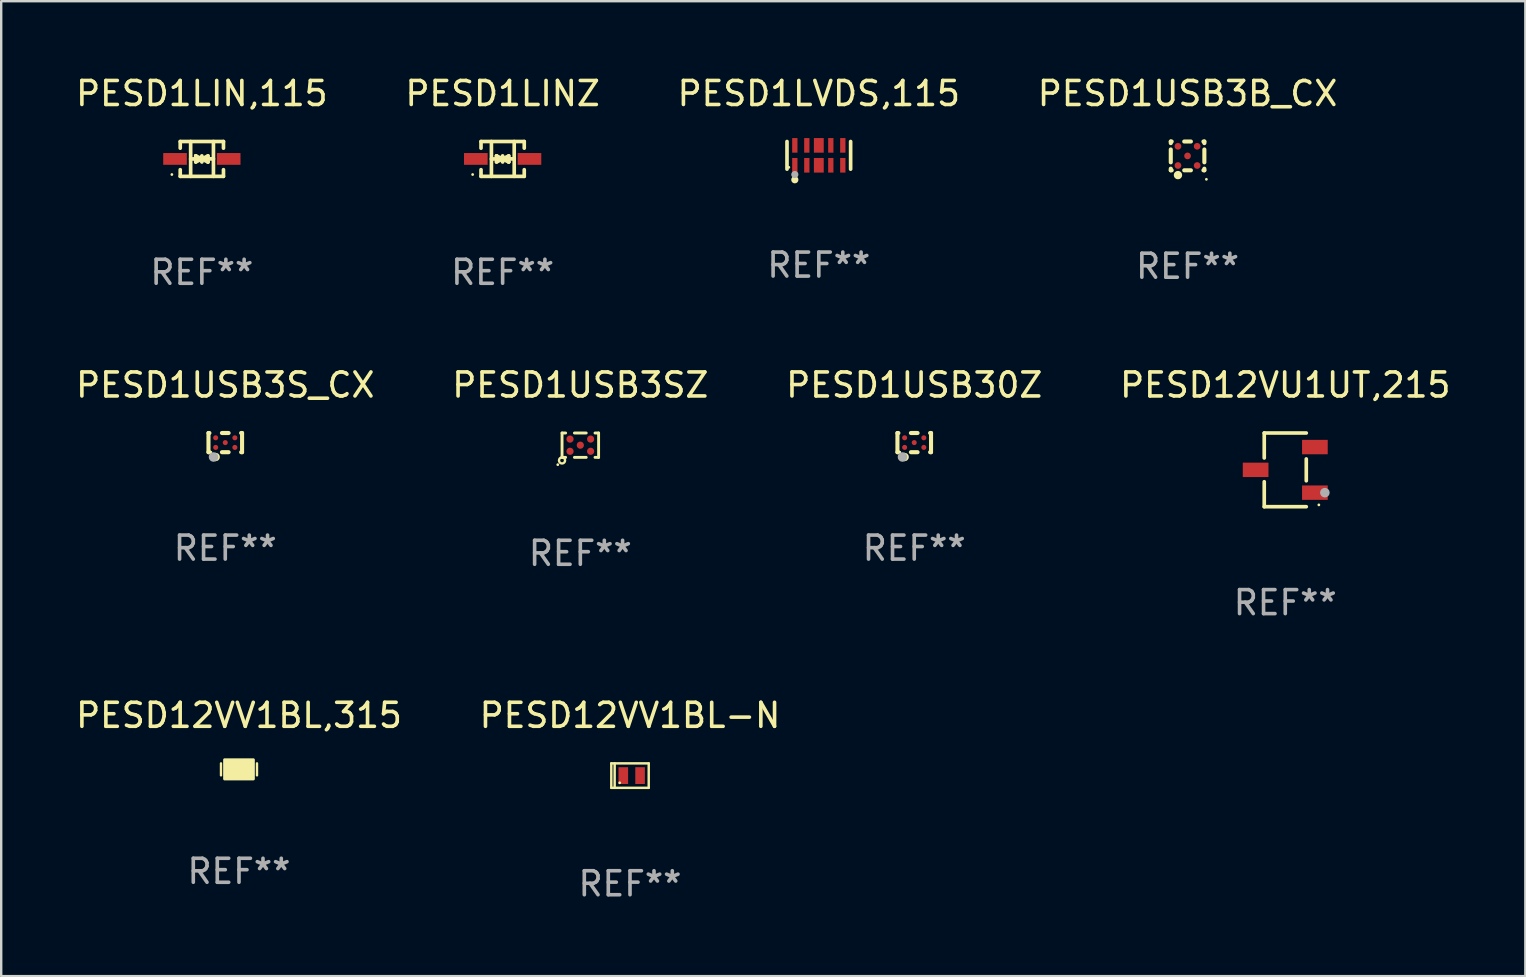
<source format=kicad_pcb>
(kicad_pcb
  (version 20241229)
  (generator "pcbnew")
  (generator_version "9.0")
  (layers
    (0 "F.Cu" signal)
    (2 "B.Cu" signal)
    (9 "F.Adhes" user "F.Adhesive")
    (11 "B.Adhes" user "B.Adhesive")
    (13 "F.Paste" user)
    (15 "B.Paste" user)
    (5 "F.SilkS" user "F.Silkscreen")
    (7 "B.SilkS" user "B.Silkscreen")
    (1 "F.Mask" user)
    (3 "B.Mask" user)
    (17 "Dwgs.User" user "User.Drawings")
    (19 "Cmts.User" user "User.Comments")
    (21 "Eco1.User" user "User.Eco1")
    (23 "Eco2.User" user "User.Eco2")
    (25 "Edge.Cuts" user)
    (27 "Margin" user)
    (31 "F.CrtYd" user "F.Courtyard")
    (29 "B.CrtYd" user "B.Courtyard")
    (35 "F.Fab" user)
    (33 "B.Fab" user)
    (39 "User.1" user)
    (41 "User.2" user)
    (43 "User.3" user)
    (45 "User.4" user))
  (footprint "PESD1USB3S_CX"
    (layer "F.Cu")
    (at 6.339 15.397)
    (property "Reference" "PESD1USB3S_CX" (at 0 -2.4 0) (layer "F.SilkS") (effects (font (size 1 1) (thickness 0.15))))
    (attr through_hole)
    (fp_line (start -0.7 -0.4) (end -0.7 0.4) (stroke (width 0.17) (type solid)) (layer "F.SilkS"))
    (fp_line (start -0.7 -0.4) (end -0.661 -0.4) (stroke (width 0.17) (type solid)) (layer "F.SilkS"))
    (fp_line (start -0.7 0.4) (end -0.661 0.4) (stroke (width 0.17) (type solid)) (layer "F.SilkS"))
    (fp_line (start -0.139 -0.4) (end 0.139 -0.4) (stroke (width 0.17) (type solid)) (layer "F.SilkS"))
    (fp_line (start -0.139 0.4) (end 0.139 0.4) (stroke (width 0.17) (type solid)) (layer "F.SilkS"))
    (fp_line (start 0.661 -0.4) (end 0.7 -0.4) (stroke (width 0.17) (type solid)) (layer "F.SilkS"))
    (fp_line (start 0.661 0.4) (end 0.7 0.4) (stroke (width 0.17) (type solid)) (layer "F.SilkS"))
    (fp_line (start 0.7 -0.4) (end 0.7 0.4) (stroke (width 0.17) (type solid)) (layer "F.SilkS"))
    (fp_circle (center -0.6 0.4) (end -0.57 0.4) (stroke (width 0.06) (type solid)) (fill no) (layer "F.SilkS"))
    (fp_circle (center -0.4 0.6) (end -0.31 0.6) (stroke (width 0.17) (type solid)) (fill no) (layer "F.SilkS"))
    (fp_circle (center -0.49 0.6) (end -0.39 0.6) (stroke (width 0.2) (type solid)) (fill no) (layer "F.Fab"))
    (fp_text user "REF**" (at 0 4.4 0) (layer "F.Fab") (effects (font (size 1 1) (thickness 0.15))))
    (pad "A1" smd circle (at -0.4 0.2) (size 0.21 0.21) (layers "F.Cu" "F.Mask" "F.Paste"))
    (pad "A2" smd circle (at -0.4 -0.2) (size 0.21 0.21) (layers "F.Cu" "F.Mask" "F.Paste"))
    (pad "B1" smd circle (at -0.000013 0.000127) (size 0.21 0.21) (layers "F.Cu" "F.Mask" "F.Paste"))
    (pad "C1" smd circle (at 0.4 0.2) (size 0.21 0.21) (layers "F.Cu" "F.Mask" "F.Paste"))
    (pad "C2" smd circle (at 0.4 -0.2) (size 0.21 0.21) (layers "F.Cu" "F.Mask" "F.Paste")))
  (footprint "PESD1USB3SZ"
    (layer "F.Cu")
    (at 21.137 15.505)
    (property "Reference" "PESD1USB3SZ" (at 0 -2.508 0) (layer "F.SilkS") (effects (font (size 1 1) (thickness 0.15))))
    (attr through_hole)
    (fp_line (start -0.762 -0.508) (end -0.612 -0.508) (stroke (width 0.12) (type solid)) (layer "F.SilkS"))
    (fp_line (start -0.762 0.508) (end -0.762 -0.508) (stroke (width 0.12) (type solid)) (layer "F.SilkS"))
    (fp_line (start -0.612 0.508) (end -0.762 0.508) (stroke (width 0.12) (type solid)) (layer "F.SilkS"))
    (fp_line (start -0.246 -0.508) (end 0.246 -0.508) (stroke (width 0.12) (type solid)) (layer "F.SilkS"))
    (fp_line (start 0.246 0.508) (end -0.246 0.508) (stroke (width 0.12) (type solid)) (layer "F.SilkS"))
    (fp_line (start 0.612 -0.508) (end 0.762 -0.508) (stroke (width 0.12) (type solid)) (layer "F.SilkS"))
    (fp_line (start 0.762 -0.508) (end 0.762 0.508) (stroke (width 0.12) (type solid)) (layer "F.SilkS"))
    (fp_line (start 0.762 0.508) (end 0.612 0.508) (stroke (width 0.12) (type solid)) (layer "F.SilkS"))
    (fp_circle (center -0.939 0.812) (end -0.909 0.812) (stroke (width 0.06) (type solid)) (fill no) (layer "F.SilkS"))
    (fp_circle (center -0.762 0.635) (end -0.635 0.635) (stroke (width 0.1) (type solid)) (fill no) (layer "F.SilkS"))
    (fp_text user "REF**" (at 0 4.508 0) (layer "F.Fab") (effects (font (size 1 1) (thickness 0.15))))
    (pad "A1" smd circle (at -0.429 0.254) (size 0.3 0.3) (layers "F.Cu" "F.Mask" "F.Paste"))
    (pad "A2" smd circle (at -0.429 -0.254) (size 0.3 0.3) (layers "F.Cu" "F.Mask" "F.Paste"))
    (pad "B" smd circle (at 0 0) (size 0.3 0.3) (layers "F.Cu" "F.Mask" "F.Paste"))
    (pad "C1" smd circle (at 0.429 0.254) (size 0.3 0.3) (layers "F.Cu" "F.Mask" "F.Paste"))
    (pad "C2" smd circle (at 0.429 -0.254) (size 0.3 0.3) (layers "F.Cu" "F.Mask" "F.Paste")))
  (footprint "PESD1USB3B_CX"
    (layer "F.Cu")
    (at 46.446 3.448)
    (property "Reference" "PESD1USB3B_CX" (at 0 -2.6 0) (layer "F.SilkS") (effects (font (size 1 1) (thickness 0.15))))
    (attr through_hole)
    (fp_line (start -0.7 -0.6) (end -0.7 -0.532) (stroke (width 0.17) (type solid)) (layer "F.SilkS"))
    (fp_line (start -0.7 -0.6) (end -0.661 -0.6) (stroke (width 0.17) (type solid)) (layer "F.SilkS"))
    (fp_line (start -0.7 -0.268) (end -0.7 0.268) (stroke (width 0.17) (type solid)) (layer "F.SilkS"))
    (fp_line (start -0.7 0.532) (end -0.7 0.6) (stroke (width 0.17) (type solid)) (layer "F.SilkS"))
    (fp_line (start -0.7 0.6) (end -0.661 0.6) (stroke (width 0.17) (type solid)) (layer "F.SilkS"))
    (fp_line (start -0.139 -0.6) (end 0.139 -0.6) (stroke (width 0.17) (type solid)) (layer "F.SilkS"))
    (fp_line (start -0.139 0.6) (end 0.139 0.6) (stroke (width 0.17) (type solid)) (layer "F.SilkS"))
    (fp_line (start 0.661 -0.6) (end 0.7 -0.6) (stroke (width 0.17) (type solid)) (layer "F.SilkS"))
    (fp_line (start 0.661 0.6) (end 0.7 0.6) (stroke (width 0.17) (type solid)) (layer "F.SilkS"))
    (fp_line (start 0.7 -0.6) (end 0.7 -0.532) (stroke (width 0.17) (type solid)) (layer "F.SilkS"))
    (fp_line (start 0.7 -0.268) (end 0.7 0.268) (stroke (width 0.17) (type solid)) (layer "F.SilkS"))
    (fp_line (start 0.7 0.532) (end 0.7 0.6) (stroke (width 0.17) (type solid)) (layer "F.SilkS"))
    (fp_circle (center -0.4 0.8) (end -0.31 0.8) (stroke (width 0.17) (type solid)) (fill no) (layer "F.SilkS"))
    (fp_circle (center 0.785 0.975) (end 0.815 0.975) (stroke (width 0.06) (type solid)) (fill no) (layer "F.SilkS"))
    (fp_text user "REF**" (at 0 4.6 0) (layer "F.Fab") (effects (font (size 1 1) (thickness 0.15))))
    (pad "A1" smd circle (at -0.4 0.4) (size 0.28 0.28) (layers "F.Cu" "F.Mask" "F.Paste"))
    (pad "A2" smd circle (at -0.4 -0.4) (size 0.28 0.28) (layers "F.Cu" "F.Mask" "F.Paste"))
    (pad "B1" smd circle (at 0.000013 0.000102) (size 0.28 0.28) (layers "F.Cu" "F.Mask" "F.Paste"))
    (pad "C1" smd circle (at 0.4 0.4) (size 0.28 0.28) (layers "F.Cu" "F.Mask" "F.Paste"))
    (pad "C2" smd circle (at 0.4 -0.4) (size 0.28 0.28) (layers "F.Cu" "F.Mask" "F.Paste")))
  (footprint "PESD12VV1BL-N"
    (layer "F.Cu")
    (at 23.208 29.276)
    (property "Reference" "PESD12VV1BL-N" (at 0 -2.51 0) (layer "F.SilkS") (effects (font (size 1 1) (thickness 0.15))))
    (attr through_hole)
    (fp_line (start -0.78 -0.51) (end -0.78 0.51) (stroke (width 0.102) (type solid)) (layer "F.SilkS"))
    (fp_line (start -0.78 -0.51) (end 0.78 -0.51) (stroke (width 0.102) (type solid)) (layer "F.SilkS"))
    (fp_line (start -0.78 0.51) (end 0.78 0.51) (stroke (width 0.102) (type solid)) (layer "F.SilkS"))
    (fp_line (start -0.64 -0.51) (end -0.64 0.51) (stroke (width 0.102) (type solid)) (layer "F.SilkS"))
    (fp_line (start 0.78 -0.51) (end 0.78 0.51) (stroke (width 0.102) (type solid)) (layer "F.SilkS"))
    (fp_circle (center -0.43 0.3) (end -0.4 0.3) (stroke (width 0.06) (type solid)) (fill no) (layer "F.SilkS"))
    (fp_text user "REF**" (at 0 4.51 0) (layer "F.Fab") (effects (font (size 1 1) (thickness 0.15))))
    (pad "1" smd rect (at -0.28 0) (size 0.4 0.7) (layers "F.Cu" "F.Mask" "F.Paste"))
    (pad "2" smd rect (at 0.42 0) (size 0.4 0.7) (layers "F.Cu" "F.Mask" "F.Paste")))
  (footprint "PESD1USB30Z"
    (layer "F.Cu")
    (at 35.054 15.397)
    (property "Reference" "PESD1USB30Z" (at 0 -2.4 0) (layer "F.SilkS") (effects (font (size 1 1) (thickness 0.15))))
    (attr through_hole)
    (fp_line (start -0.7 -0.4) (end -0.7 0.4) (stroke (width 0.17) (type solid)) (layer "F.SilkS"))
    (fp_line (start -0.7 -0.4) (end -0.661 -0.4) (stroke (width 0.17) (type solid)) (layer "F.SilkS"))
    (fp_line (start -0.7 0.4) (end -0.661 0.4) (stroke (width 0.17) (type solid)) (layer "F.SilkS"))
    (fp_line (start -0.139 -0.4) (end 0.139 -0.4) (stroke (width 0.17) (type solid)) (layer "F.SilkS"))
    (fp_line (start -0.139 0.4) (end 0.139 0.4) (stroke (width 0.17) (type solid)) (layer "F.SilkS"))
    (fp_line (start 0.661 -0.4) (end 0.7 -0.4) (stroke (width 0.17) (type solid)) (layer "F.SilkS"))
    (fp_line (start 0.661 0.4) (end 0.7 0.4) (stroke (width 0.17) (type solid)) (layer "F.SilkS"))
    (fp_line (start 0.7 -0.4) (end 0.7 0.4) (stroke (width 0.17) (type solid)) (layer "F.SilkS"))
    (fp_circle (center -0.6 0.4) (end -0.57 0.4) (stroke (width 0.06) (type solid)) (fill no) (layer "F.SilkS"))
    (fp_circle (center -0.4 0.6) (end -0.31 0.6) (stroke (width 0.17) (type solid)) (fill no) (layer "F.SilkS"))
    (fp_circle (center -0.49 0.6) (end -0.39 0.6) (stroke (width 0.2) (type solid)) (fill no) (layer "F.Fab"))
    (fp_text user "REF**" (at 0 4.4 0) (layer "F.Fab") (effects (font (size 1 1) (thickness 0.15))))
    (pad "A1" smd circle (at -0.4 0.2) (size 0.21 0.21) (layers "F.Cu" "F.Mask" "F.Paste"))
    (pad "A2" smd circle (at -0.4 -0.2) (size 0.21 0.21) (layers "F.Cu" "F.Mask" "F.Paste"))
    (pad "B1" smd circle (at -0.000013 0.000127) (size 0.21 0.21) (layers "F.Cu" "F.Mask" "F.Paste"))
    (pad "C1" smd circle (at 0.4 0.2) (size 0.21 0.21) (layers "F.Cu" "F.Mask" "F.Paste"))
    (pad "C2" smd circle (at 0.4 -0.2) (size 0.21 0.21) (layers "F.Cu" "F.Mask" "F.Paste")))
  (footprint "PESD1LVDS,115"
    (layer "F.Cu")
    (at 31.077 3.424)
    (property "Reference" "PESD1LVDS,115" (at 0 -2.576 0) (layer "F.SilkS") (effects (font (size 1 1) (thickness 0.15))))
    (attr through_hole)
    (fp_line (start -1.326 0.576) (end -1.326 -0.576) (stroke (width 0.152) (type solid)) (layer "F.SilkS"))
    (fp_line (start 1.326 0.576) (end 1.326 -0.576) (stroke (width 0.152) (type solid)) (layer "F.SilkS"))
    (fp_circle (center -1.25 0.5) (end -1.22 0.5) (stroke (width 0.06) (type solid)) (fill no) (layer "F.SilkS"))
    (fp_circle (center -1 1.019) (end -0.925 1.019) (stroke (width 0.15) (type solid)) (fill no) (layer "F.SilkS"))
    (fp_circle (center -1 0.8) (end -0.925 0.8) (stroke (width 0.15) (type solid)) (fill no) (layer "F.Fab"))
    (fp_text user "REF**" (at 0 4.576 0) (layer "F.Fab") (effects (font (size 1 1) (thickness 0.15))))
    (pad "1" smd rect (at -1 0.415) (size 0.22 0.609) (layers "F.Cu" "F.Mask" "F.Paste"))
    (pad "2" smd rect (at -0.5 0.415) (size 0.22 0.609) (layers "F.Cu" "F.Mask" "F.Paste"))
    (pad "3" smd rect (at 0 0.415) (size 0.41 0.609) (layers "F.Cu" "F.Mask" "F.Paste"))
    (pad "4" smd rect (at 0.5 0.415) (size 0.22 0.609) (layers "F.Cu" "F.Mask" "F.Paste"))
    (pad "5" smd rect (at 1 0.415) (size 0.22 0.609) (layers "F.Cu" "F.Mask" "F.Paste"))
    (pad "6" smd rect (at 1 -0.415) (size 0.22 0.609) (layers "F.Cu" "F.Mask" "F.Paste"))
    (pad "7" smd rect (at 0.5 -0.415) (size 0.22 0.609) (layers "F.Cu" "F.Mask" "F.Paste"))
    (pad "8" smd rect (at 0 -0.415) (size 0.41 0.609) (layers "F.Cu" "F.Mask" "F.Paste"))
    (pad "9" smd rect (at -0.5 -0.415) (size 0.22 0.609) (layers "F.Cu" "F.Mask" "F.Paste"))
    (pad "10" smd rect (at -1 -0.415) (size 0.22 0.609) (layers "F.Cu" "F.Mask" "F.Paste")))
  (footprint "PESD1LIN,115"
    (layer "F.Cu")
    (at 5.363 3.574)
    (property "Reference" "PESD1LIN,115" (at 0 -2.726 0) (layer "F.SilkS") (effects (font (size 1 1) (thickness 0.15))))
    (attr through_hole)
    (fp_line (start -0.901 -0.726) (end -0.901 -0.448) (stroke (width 0.152) (type solid)) (layer "F.SilkS"))
    (fp_line (start -0.901 0.726) (end -0.901 0.448) (stroke (width 0.152) (type solid)) (layer "F.SilkS"))
    (fp_line (start -0.467 0) (end 0.483 -0.003) (stroke (width 0.154) (type solid)) (layer "F.SilkS"))
    (fp_line (start -0.467 0.726) (end -0.467 -0.726) (stroke (width 0.152) (type solid)) (layer "F.SilkS"))
    (fp_line (start -0.254 -0.127) (end -0.254 -0.127) (stroke (width 0.154) (type solid)) (layer "F.SilkS"))
    (fp_line (start -0.254 -0.127) (end -0.002 -0.003) (stroke (width 0.154) (type solid)) (layer "F.SilkS"))
    (fp_line (start -0.254 0.127) (end -0.254 -0.127) (stroke (width 0.154) (type solid)) (layer "F.SilkS"))
    (fp_line (start -0.127 0) (end 0.003 0) (stroke (width 0.154) (type solid)) (layer "F.SilkS"))
    (fp_line (start -0.003 0) (end -0.254 0.127) (stroke (width 0.154) (type solid)) (layer "F.SilkS"))
    (fp_line (start 0 -0.127) (end 0 0.127) (stroke (width 0.154) (type solid)) (layer "F.SilkS"))
    (fp_line (start 0.003 0) (end 0.254 -0.127) (stroke (width 0.154) (type solid)) (layer "F.SilkS"))
    (fp_line (start 0.127 0) (end -0.003 0) (stroke (width 0.154) (type solid)) (layer "F.SilkS"))
    (fp_line (start 0.254 -0.127) (end 0.254 0.127) (stroke (width 0.154) (type solid)) (layer "F.SilkS"))
    (fp_line (start 0.254 0.127) (end 0.002 0.003) (stroke (width 0.154) (type solid)) (layer "F.SilkS"))
    (fp_line (start 0.254 0.127) (end 0.254 0.127) (stroke (width 0.154) (type solid)) (layer "F.SilkS"))
    (fp_line (start 0.483 0.726) (end 0.483 -0.726) (stroke (width 0.152) (type solid)) (layer "F.SilkS"))
    (fp_line (start 0.901 -0.726) (end -0.901 -0.726) (stroke (width 0.152) (type solid)) (layer "F.SilkS"))
    (fp_line (start 0.901 -0.726) (end 0.901 -0.448) (stroke (width 0.152) (type solid)) (layer "F.SilkS"))
    (fp_line (start 0.901 0.726) (end -0.901 0.726) (stroke (width 0.152) (type solid)) (layer "F.SilkS"))
    (fp_line (start 0.901 0.726) (end 0.901 0.448) (stroke (width 0.152) (type solid)) (layer "F.SilkS"))
    (fp_circle (center -1.25 0.65) (end -1.22 0.65) (stroke (width 0.06) (type solid)) (fill no) (layer "F.SilkS"))
    (fp_text user "REF**" (at 0 4.726 0) (layer "F.Fab") (effects (font (size 1 1) (thickness 0.15))))
    (pad "1" smd rect (at -1.118 0) (size 0.985 0.49) (layers "F.Cu" "F.Mask" "F.Paste"))
    (pad "2" smd rect (at 1.118 0) (size 0.985 0.49) (layers "F.Cu" "F.Mask" "F.Paste")))
  (footprint "PESD1LINZ"
    (layer "F.Cu")
    (at 17.899 3.574)
    (property "Reference" "PESD1LINZ" (at 0 -2.726 0) (layer "F.SilkS") (effects (font (size 1 1) (thickness 0.15))))
    (attr through_hole)
    (fp_line (start -0.901 -0.726) (end -0.901 -0.448) (stroke (width 0.152) (type solid)) (layer "F.SilkS"))
    (fp_line (start -0.901 0.726) (end -0.901 0.448) (stroke (width 0.152) (type solid)) (layer "F.SilkS"))
    (fp_line (start -0.467 0) (end 0.483 -0.003) (stroke (width 0.154) (type solid)) (layer "F.SilkS"))
    (fp_line (start -0.467 0.726) (end -0.467 -0.726) (stroke (width 0.152) (type solid)) (layer "F.SilkS"))
    (fp_line (start -0.254 -0.127) (end -0.254 -0.127) (stroke (width 0.154) (type solid)) (layer "F.SilkS"))
    (fp_line (start -0.254 -0.127) (end -0.002 -0.003) (stroke (width 0.154) (type solid)) (layer "F.SilkS"))
    (fp_line (start -0.254 0.127) (end -0.254 -0.127) (stroke (width 0.154) (type solid)) (layer "F.SilkS"))
    (fp_line (start -0.127 0) (end 0.003 0) (stroke (width 0.154) (type solid)) (layer "F.SilkS"))
    (fp_line (start -0.003 0) (end -0.254 0.127) (stroke (width 0.154) (type solid)) (layer "F.SilkS"))
    (fp_line (start 0 -0.127) (end 0 0.127) (stroke (width 0.154) (type solid)) (layer "F.SilkS"))
    (fp_line (start 0.003 0) (end 0.254 -0.127) (stroke (width 0.154) (type solid)) (layer "F.SilkS"))
    (fp_line (start 0.127 0) (end -0.003 0) (stroke (width 0.154) (type solid)) (layer "F.SilkS"))
    (fp_line (start 0.254 -0.127) (end 0.254 0.127) (stroke (width 0.154) (type solid)) (layer "F.SilkS"))
    (fp_line (start 0.254 0.127) (end 0.002 0.003) (stroke (width 0.154) (type solid)) (layer "F.SilkS"))
    (fp_line (start 0.254 0.127) (end 0.254 0.127) (stroke (width 0.154) (type solid)) (layer "F.SilkS"))
    (fp_line (start 0.483 0.726) (end 0.483 -0.726) (stroke (width 0.152) (type solid)) (layer "F.SilkS"))
    (fp_line (start 0.901 -0.726) (end -0.901 -0.726) (stroke (width 0.152) (type solid)) (layer "F.SilkS"))
    (fp_line (start 0.901 -0.726) (end 0.901 -0.448) (stroke (width 0.152) (type solid)) (layer "F.SilkS"))
    (fp_line (start 0.901 0.726) (end -0.901 0.726) (stroke (width 0.152) (type solid)) (layer "F.SilkS"))
    (fp_line (start 0.901 0.726) (end 0.901 0.448) (stroke (width 0.152) (type solid)) (layer "F.SilkS"))
    (fp_circle (center -1.25 0.65) (end -1.22 0.65) (stroke (width 0.06) (type solid)) (fill no) (layer "F.SilkS"))
    (fp_text user "REF**" (at 0 4.726 0) (layer "F.Fab") (effects (font (size 1 1) (thickness 0.15))))
    (pad "1" smd rect (at -1.118 0) (size 0.985 0.49) (layers "F.Cu" "F.Mask" "F.Paste"))
    (pad "2" smd rect (at 1.118 0) (size 0.985 0.49) (layers "F.Cu" "F.Mask" "F.Paste")))
  (footprint "PESD12VV1BL,315"
    (layer "F.Cu")
    (at 6.911 29.016)
    (property "Reference" "PESD12VV1BL,315" (at 0 -2.25 0) (layer "F.SilkS") (effects (font (size 1 1) (thickness 0.15))))
    (attr through_hole)
    (fp_line (start -0.75 0.25) (end -0.75 -0.25) (stroke (width 0.1) (type solid)) (layer "F.SilkS"))
    (fp_line (start 0.75 -0.25) (end 0.75 0.25) (stroke (width 0.1) (type solid)) (layer "F.SilkS"))
    (fp_circle (center -0.5 0.3) (end -0.47 0.3) (stroke (width 0.06) (type solid)) (fill no) (layer "F.SilkS"))
    (fp_poly (pts (xy -0.6 -0.4) (xy 0.6 -0.4) (xy 0.6 0.4) (xy -0.6 0.4)) (stroke (width 0.12) (type solid)) (fill yes) (layer "F.SilkS"))
    (fp_text user "REF**" (at 0 4.25 0) (layer "F.Fab") (effects (font (size 1 1) (thickness 0.15))))
    (pad "1" smd rect (at -0.325 -0.000013) (size 0.3 0.6) (layers "F.Cu" "F.Mask" "F.Paste"))
    (pad "2" smd rect (at 0.325 -0.000013) (size 0.3 0.6) (layers "F.Cu" "F.Mask" "F.Paste")))
  (footprint "PESD12VU1UT,215"
    (layer "F.Cu")
    (at 50.518 16.533)
    (property "Reference" "PESD12VU1UT,215" (at 0 -3.536 0) (layer "F.SilkS") (effects (font (size 1 1) (thickness 0.15))))
    (attr through_hole)
    (fp_line (start -0.876 -1.536) (end -0.876 -0.495) (stroke (width 0.152) (type solid)) (layer "F.SilkS"))
    (fp_line (start -0.876 1.536) (end -0.876 0.495) (stroke (width 0.152) (type solid)) (layer "F.SilkS"))
    (fp_line (start 0.876 -1.536) (end -0.876 -1.536) (stroke (width 0.152) (type solid)) (layer "F.SilkS"))
    (fp_line (start 0.876 -0.455) (end 0.876 0.455) (stroke (width 0.152) (type solid)) (layer "F.SilkS"))
    (fp_line (start 0.876 1.536) (end -0.876 1.536) (stroke (width 0.152) (type solid)) (layer "F.SilkS"))
    (fp_circle (center 1.4 1.46) (end 1.43 1.46) (stroke (width 0.06) (type solid)) (fill no) (layer "F.SilkS"))
    (fp_circle (center 1.651 0.95) (end 1.751 0.95) (stroke (width 0.2) (type solid)) (fill no) (layer "F.Fab"))
    (fp_text user "REF**" (at 0 5.536 0) (layer "F.Fab") (effects (font (size 1 1) (thickness 0.15))))
    (pad "1" smd rect (at 1.235 0.95) (size 1.07 0.6) (layers "F.Cu" "F.Mask" "F.Paste"))
    (pad "2" smd rect (at 1.235 -0.95) (size 1.07 0.6) (layers "F.Cu" "F.Mask" "F.Paste"))
    (pad "3" smd rect (at -1.235 0) (size 1.07 0.6) (layers "F.Cu" "F.Mask" "F.Paste")))
  (gr_rect
    (start -3 -3)
    (end 60.524 37.634)
    (stroke (width 0.1) (type default))
    (fill no)
    (layer "Edge.Cuts")))
</source>
